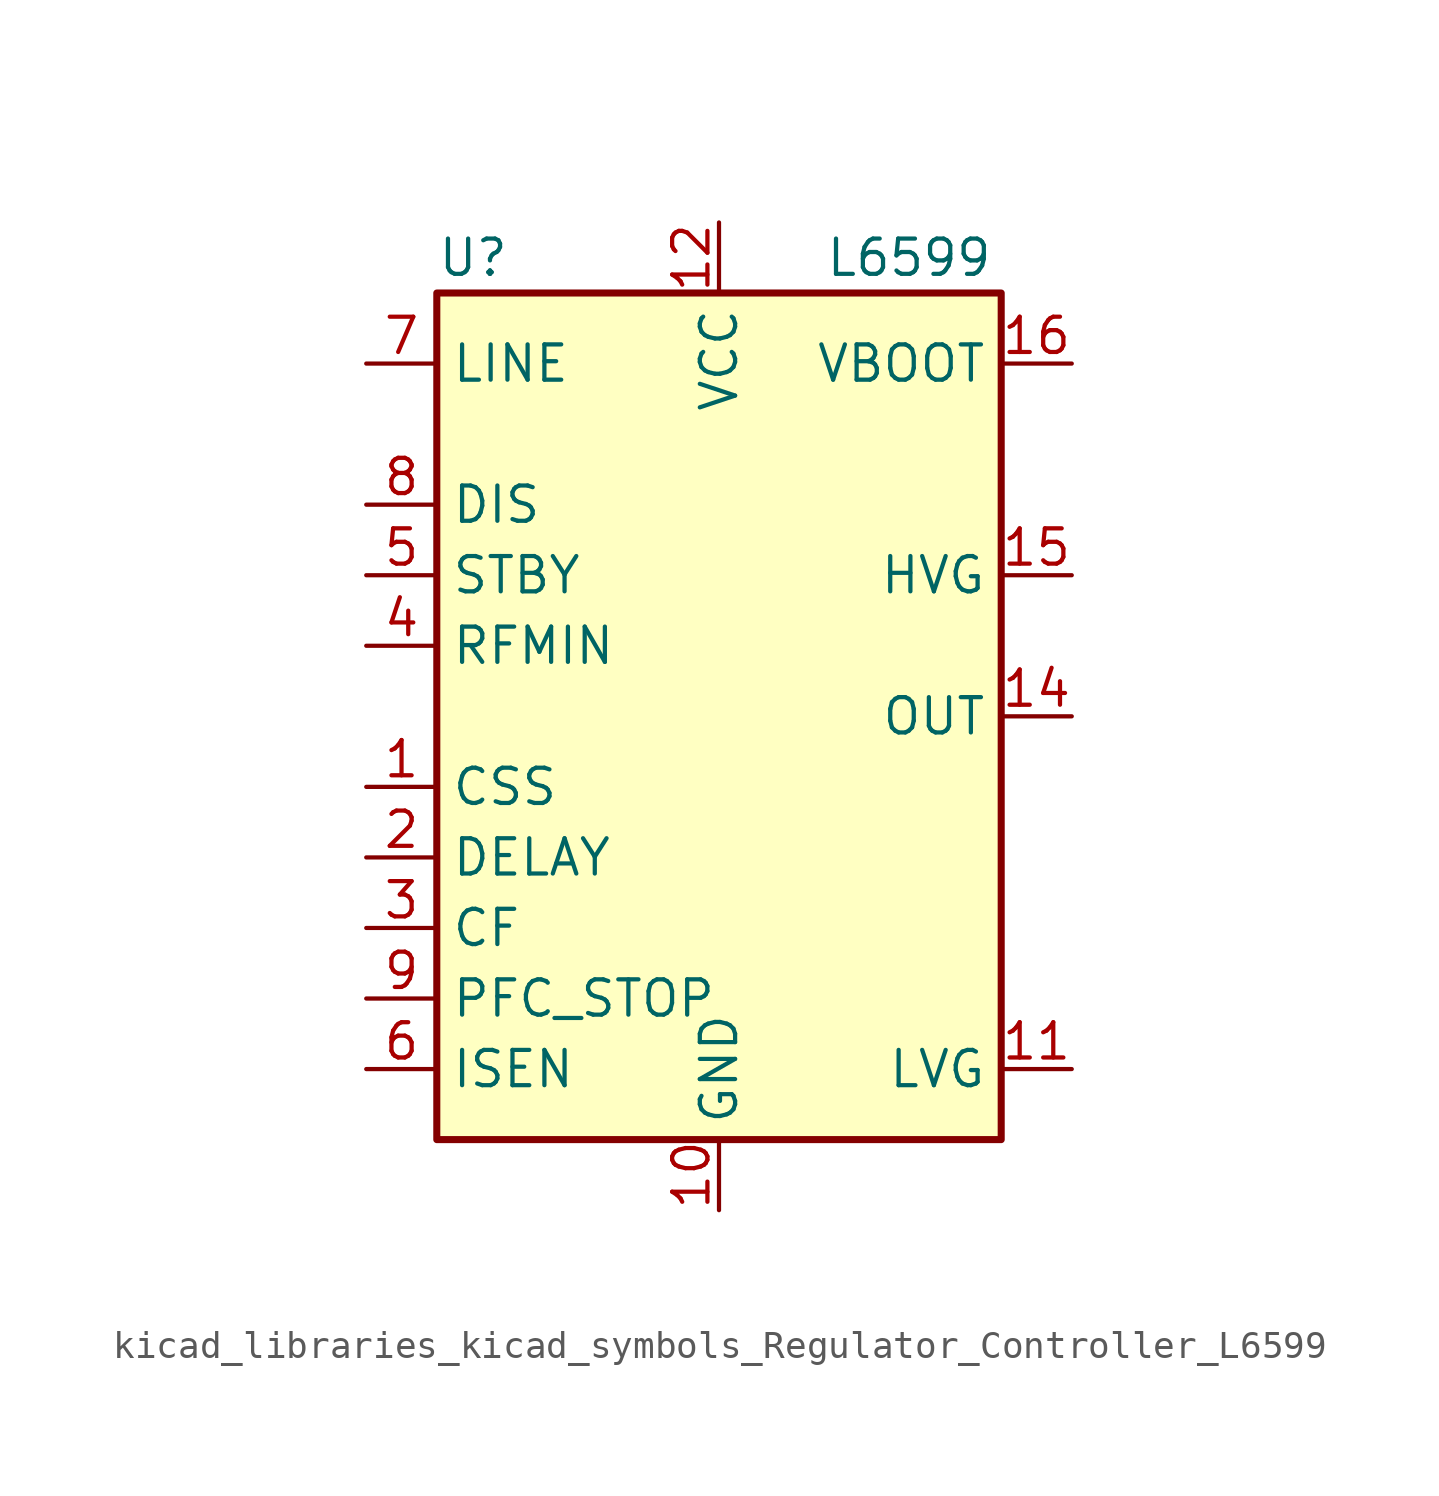
<source format=kicad_sym>
(kicad_symbol_lib
  (version 20220914)
  (generator kicad_symbol_editor)
  (symbol "kicad_libraries_kicad_symbols_Regulator_Controller_L6599"
    (property "Reference" "U"
      (at -10.16 16.51 0)
      (effects (font (size 1.27 1.27)) (justify left)))
    (property "Value" "L6599"
      (at 3.81 16.51 0)
      (effects (font (size 1.27 1.27)) (justify left)))
    (symbol "kicad_libraries_kicad_symbols_Regulator_Controller_L6599_0_0"
      (rectangle (start -10.16 15.24) (end 10.16 -15.24) (stroke (width 0.254) (type default)) (fill (type background))))
    (symbol "kicad_libraries_kicad_symbols_Regulator_Controller_L6599_1_1"
      (pin passive line (at -12.7 -2.54 0) (length 2.54) (name "CSS" (effects (font (size 1.27 1.27)))) (number "1" (effects (font (size 1.27 1.27)))))
      (pin power_in line (at 0 -17.78 90) (length 2.54) (name "GND" (effects (font (size 1.27 1.27)))) (number "10" (effects (font (size 1.27 1.27)))))
      (pin output line (at 12.7 -12.7 180) (length 2.54) (name "LVG" (effects (font (size 1.27 1.27)))) (number "11" (effects (font (size 1.27 1.27)))))
      (pin power_in line (at 0 17.78 270) (length 2.54) (name "VCC" (effects (font (size 1.27 1.27)))) (number "12" (effects (font (size 1.27 1.27)))))
      (pin no_connect line (at 10.16 10.16 180) (length 2.54) hide (name "NC" (effects (font (size 1.27 1.27)))) (number "13" (effects (font (size 1.27 1.27)))))
      (pin input line (at 12.7 0 180) (length 2.54) (name "OUT" (effects (font (size 1.27 1.27)))) (number "14" (effects (font (size 1.27 1.27)))))
      (pin output line (at 12.7 5.08 180) (length 2.54) (name "HVG" (effects (font (size 1.27 1.27)))) (number "15" (effects (font (size 1.27 1.27)))))
      (pin input line (at 12.7 12.7 180) (length 2.54) (name "VBOOT" (effects (font (size 1.27 1.27)))) (number "16" (effects (font (size 1.27 1.27)))))
      (pin passive line (at -12.7 -5.08 0) (length 2.54) (name "DELAY" (effects (font (size 1.27 1.27)))) (number "2" (effects (font (size 1.27 1.27)))))
      (pin passive line (at -12.7 -7.62 0) (length 2.54) (name "CF" (effects (font (size 1.27 1.27)))) (number "3" (effects (font (size 1.27 1.27)))))
      (pin passive line (at -12.7 2.54 0) (length 2.54) (name "RFMIN" (effects (font (size 1.27 1.27)))) (number "4" (effects (font (size 1.27 1.27)))))
      (pin input line (at -12.7 5.08 0) (length 2.54) (name "STBY" (effects (font (size 1.27 1.27)))) (number "5" (effects (font (size 1.27 1.27)))))
      (pin input line (at -12.7 -12.7 0) (length 2.54) (name "ISEN" (effects (font (size 1.27 1.27)))) (number "6" (effects (font (size 1.27 1.27)))))
      (pin input line (at -12.7 12.7 0) (length 2.54) (name "LINE" (effects (font (size 1.27 1.27)))) (number "7" (effects (font (size 1.27 1.27)))))
      (pin input line (at -12.7 7.62 0) (length 2.54) (name "DIS" (effects (font (size 1.27 1.27)))) (number "8" (effects (font (size 1.27 1.27)))))
      (pin open_collector line (at -12.7 -10.16 0) (length 2.54) (name "PFC_STOP" (effects (font (size 1.27 1.27)))) (number "9" (effects (font (size 1.27 1.27))))))))
</source>
